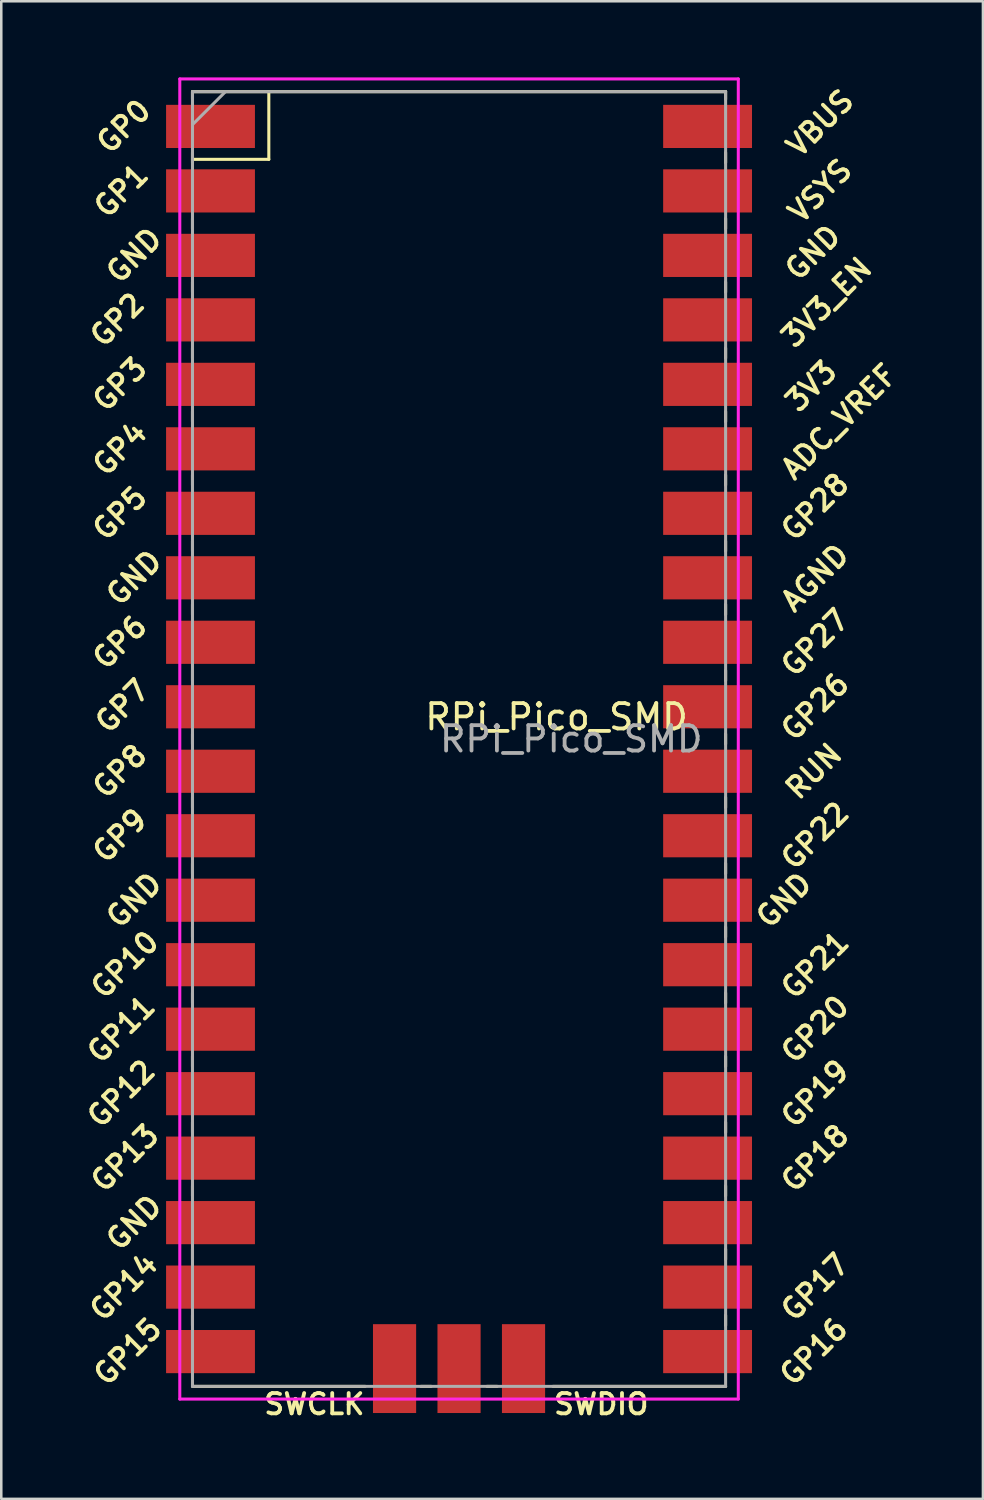
<source format=kicad_pcb>
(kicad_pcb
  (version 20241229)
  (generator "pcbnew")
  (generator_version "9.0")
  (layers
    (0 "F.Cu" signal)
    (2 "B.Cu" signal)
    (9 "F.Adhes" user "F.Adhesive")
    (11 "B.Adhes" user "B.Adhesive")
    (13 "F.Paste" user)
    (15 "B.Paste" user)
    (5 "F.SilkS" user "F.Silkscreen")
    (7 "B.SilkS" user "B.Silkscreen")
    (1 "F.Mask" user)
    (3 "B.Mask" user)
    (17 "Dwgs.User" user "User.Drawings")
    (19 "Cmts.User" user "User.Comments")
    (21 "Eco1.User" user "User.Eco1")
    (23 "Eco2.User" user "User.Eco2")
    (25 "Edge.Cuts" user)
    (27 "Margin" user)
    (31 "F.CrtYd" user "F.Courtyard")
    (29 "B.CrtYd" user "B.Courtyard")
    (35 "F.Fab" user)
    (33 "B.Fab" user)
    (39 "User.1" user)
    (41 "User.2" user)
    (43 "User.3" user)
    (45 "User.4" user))
  (footprint "RPi_Pico_SMD"
    (layer "F.Cu")
    (at 15.282 26.06)
    (property "Reference" "RPi_Pico_SMD" (at 3.59 -0.87 180) (layer "F.SilkS") (effects (font (size 1 1) (thickness 0.15))))
    (attr smd)
    (fp_line (start -10.75 -25.5) (end -10.75 -25.2) (stroke (width 0.12) (type solid)) (layer "F.SilkS"))
    (fp_line (start -10.75 -25.5) (end 10.25 -25.5) (stroke (width 0.12) (type solid)) (layer "F.SilkS"))
    (fp_line (start -10.75 -23.1) (end -10.75 -22.7) (stroke (width 0.12) (type solid)) (layer "F.SilkS"))
    (fp_line (start -10.75 -22.833) (end -7.743 -22.833) (stroke (width 0.12) (type solid)) (layer "F.SilkS"))
    (fp_line (start -10.75 -20.5) (end -10.75 -20.1) (stroke (width 0.12) (type solid)) (layer "F.SilkS"))
    (fp_line (start -10.75 -18) (end -10.75 -17.6) (stroke (width 0.12) (type solid)) (layer "F.SilkS"))
    (fp_line (start -10.75 -15.4) (end -10.75 -15) (stroke (width 0.12) (type solid)) (layer "F.SilkS"))
    (fp_line (start -10.75 -12.9) (end -10.75 -12.5) (stroke (width 0.12) (type solid)) (layer "F.SilkS"))
    (fp_line (start -10.75 -10.4) (end -10.75 -10) (stroke (width 0.12) (type solid)) (layer "F.SilkS"))
    (fp_line (start -10.75 -7.8) (end -10.75 -7.4) (stroke (width 0.12) (type solid)) (layer "F.SilkS"))
    (fp_line (start -10.75 -5.3) (end -10.75 -4.9) (stroke (width 0.12) (type solid)) (layer "F.SilkS"))
    (fp_line (start -10.75 -2.7) (end -10.75 -2.3) (stroke (width 0.12) (type solid)) (layer "F.SilkS"))
    (fp_line (start -10.75 -0.2) (end -10.75 0.2) (stroke (width 0.12) (type solid)) (layer "F.SilkS"))
    (fp_line (start -10.75 2.3) (end -10.75 2.7) (stroke (width 0.12) (type solid)) (layer "F.SilkS"))
    (fp_line (start -10.75 4.9) (end -10.75 5.3) (stroke (width 0.12) (type solid)) (layer "F.SilkS"))
    (fp_line (start -10.75 7.4) (end -10.75 7.8) (stroke (width 0.12) (type solid)) (layer "F.SilkS"))
    (fp_line (start -10.75 10) (end -10.75 10.4) (stroke (width 0.12) (type solid)) (layer "F.SilkS"))
    (fp_line (start -10.75 12.5) (end -10.75 12.9) (stroke (width 0.12) (type solid)) (layer "F.SilkS"))
    (fp_line (start -10.75 15.1) (end -10.75 15.5) (stroke (width 0.12) (type solid)) (layer "F.SilkS"))
    (fp_line (start -10.75 17.6) (end -10.75 18) (stroke (width 0.12) (type solid)) (layer "F.SilkS"))
    (fp_line (start -10.75 20.1) (end -10.75 20.5) (stroke (width 0.12) (type solid)) (layer "F.SilkS"))
    (fp_line (start -10.75 22.7) (end -10.75 23.1) (stroke (width 0.12) (type solid)) (layer "F.SilkS"))
    (fp_line (start -7.743 -22.833) (end -7.743 -25.5) (stroke (width 0.12) (type solid)) (layer "F.SilkS"))
    (fp_line (start -3.95 25.5) (end -10.75 25.5) (stroke (width 0.12) (type solid)) (layer "F.SilkS"))
    (fp_line (start -1.75 25.5) (end -1.35 25.5) (stroke (width 0.12) (type solid)) (layer "F.SilkS"))
    (fp_line (start 0.85 25.5) (end 1.25 25.5) (stroke (width 0.12) (type solid)) (layer "F.SilkS"))
    (fp_line (start 10.25 -25.5) (end 10.25 -25.2) (stroke (width 0.12) (type solid)) (layer "F.SilkS"))
    (fp_line (start 10.25 -23.1) (end 10.25 -22.7) (stroke (width 0.12) (type solid)) (layer "F.SilkS"))
    (fp_line (start 10.25 -20.5) (end 10.25 -20.1) (stroke (width 0.12) (type solid)) (layer "F.SilkS"))
    (fp_line (start 10.25 -18) (end 10.25 -17.6) (stroke (width 0.12) (type solid)) (layer "F.SilkS"))
    (fp_line (start 10.25 -15.4) (end 10.25 -15) (stroke (width 0.12) (type solid)) (layer "F.SilkS"))
    (fp_line (start 10.25 -12.9) (end 10.25 -12.5) (stroke (width 0.12) (type solid)) (layer "F.SilkS"))
    (fp_line (start 10.25 -10.4) (end 10.25 -10) (stroke (width 0.12) (type solid)) (layer "F.SilkS"))
    (fp_line (start 10.25 -7.8) (end 10.25 -7.4) (stroke (width 0.12) (type solid)) (layer "F.SilkS"))
    (fp_line (start 10.25 -5.3) (end 10.25 -4.9) (stroke (width 0.12) (type solid)) (layer "F.SilkS"))
    (fp_line (start 10.25 -2.7) (end 10.25 -2.3) (stroke (width 0.12) (type solid)) (layer "F.SilkS"))
    (fp_line (start 10.25 -0.2) (end 10.25 0.2) (stroke (width 0.12) (type solid)) (layer "F.SilkS"))
    (fp_line (start 10.25 2.3) (end 10.25 2.7) (stroke (width 0.12) (type solid)) (layer "F.SilkS"))
    (fp_line (start 10.25 4.9) (end 10.25 5.3) (stroke (width 0.12) (type solid)) (layer "F.SilkS"))
    (fp_line (start 10.25 7.4) (end 10.25 7.8) (stroke (width 0.12) (type solid)) (layer "F.SilkS"))
    (fp_line (start 10.25 10) (end 10.25 10.4) (stroke (width 0.12) (type solid)) (layer "F.SilkS"))
    (fp_line (start 10.25 12.5) (end 10.25 12.9) (stroke (width 0.12) (type solid)) (layer "F.SilkS"))
    (fp_line (start 10.25 15.1) (end 10.25 15.5) (stroke (width 0.12) (type solid)) (layer "F.SilkS"))
    (fp_line (start 10.25 17.6) (end 10.25 18) (stroke (width 0.12) (type solid)) (layer "F.SilkS"))
    (fp_line (start 10.25 20.1) (end 10.25 20.5) (stroke (width 0.12) (type solid)) (layer "F.SilkS"))
    (fp_line (start 10.25 22.7) (end 10.25 23.1) (stroke (width 0.12) (type solid)) (layer "F.SilkS"))
    (fp_line (start 10.25 25.5) (end 3.45 25.5) (stroke (width 0.12) (type solid)) (layer "F.SilkS"))
    (fp_line (start -11.25 -26) (end 10.75 -26) (stroke (width 0.12) (type solid)) (layer "F.CrtYd"))
    (fp_line (start -11.25 26) (end -11.25 -26) (stroke (width 0.12) (type solid)) (layer "F.CrtYd"))
    (fp_line (start 10.75 -26) (end 10.75 26) (stroke (width 0.12) (type solid)) (layer "F.CrtYd"))
    (fp_line (start 10.75 26) (end -11.25 26) (stroke (width 0.12) (type solid)) (layer "F.CrtYd"))
    (fp_line (start -10.75 -25.5) (end 10.25 -25.5) (stroke (width 0.12) (type solid)) (layer "F.Fab"))
    (fp_line (start -10.75 -24.2) (end -9.45 -25.5) (stroke (width 0.12) (type solid)) (layer "F.Fab"))
    (fp_line (start -10.75 25.5) (end -10.75 -25.5) (stroke (width 0.12) (type solid)) (layer "F.Fab"))
    (fp_line (start 10.25 -25.5) (end 10.25 25.5) (stroke (width 0.12) (type solid)) (layer "F.Fab"))
    (fp_line (start 10.25 25.5) (end -10.75 25.5) (stroke (width 0.12) (type solid)) (layer "F.Fab"))
    (fp_text user "GP18" (at 13.774 16.51 225) (layer "F.SilkS") (effects (font (size 0.8 0.8) (thickness 0.15))))
    (fp_text user "GP11" (at -13.558 11.43 225) (layer "F.SilkS") (effects (font (size 0.8 0.8) (thickness 0.15))))
    (fp_text user "GP21" (at 13.774 8.9 225) (layer "F.SilkS") (effects (font (size 0.8 0.8) (thickness 0.15))))
    (fp_text user "GND" (at 13.69 -19.162 225) (layer "F.SilkS") (effects (font (size 0.8 0.8) (thickness 0.15))))
    (fp_text user "GND" (at -13.05 -19.05 225) (layer "F.SilkS") (effects (font (size 0.8 0.8) (thickness 0.15))))
    (fp_text user "GP3" (at -13.612 -13.97 225) (layer "F.SilkS") (effects (font (size 0.8 0.8) (thickness 0.15))))
    (fp_text user "GP5" (at -13.612 -8.89 225) (layer "F.SilkS") (effects (font (size 0.8 0.8) (thickness 0.15))))
    (fp_text user "GP7" (at -13.512 -1.3 225) (layer "F.SilkS") (effects (font (size 0.8 0.8) (thickness 0.15))))
    (fp_text user "GP16" (at 13.72 24.13 225) (layer "F.SilkS") (effects (font (size 0.8 0.8) (thickness 0.15))))
    (fp_text user "VSYS" (at 13.974 -21.59 225) (layer "F.SilkS") (effects (font (size 0.8 0.8) (thickness 0.15))))
    (fp_text user "SWDIO" (at 5.35 26.2 180) (layer "F.SilkS") (effects (font (size 0.8 0.8) (thickness 0.15))))
    (fp_text user "AGND" (at 13.774 -6.35 225) (layer "F.SilkS") (effects (font (size 0.8 0.8) (thickness 0.15))))
    (fp_text user "GND" (at -13.05 6.35 225) (layer "F.SilkS") (effects (font (size 0.8 0.8) (thickness 0.15))))
    (fp_text user "GP26" (at 13.774 -1.27 225) (layer "F.SilkS") (effects (font (size 0.8 0.8) (thickness 0.15))))
    (fp_text user "GP10" (at -13.412 8.89 225) (layer "F.SilkS") (effects (font (size 0.8 0.8) (thickness 0.15))))
    (fp_text user "GP4" (at -13.612 -11.43 225) (layer "F.SilkS") (effects (font (size 0.8 0.8) (thickness 0.15))))
    (fp_text user "ADC_VREF" (at 14.72 -12.5 225) (layer "F.SilkS") (effects (font (size 0.8 0.8) (thickness 0.15))))
    (fp_text user "GP22" (at 13.774 3.81 225) (layer "F.SilkS") (effects (font (size 0.8 0.8) (thickness 0.15))))
    (fp_text user "GP19" (at 13.774 13.97 225) (layer "F.SilkS") (effects (font (size 0.8 0.8) (thickness 0.15))))
    (fp_text user "SWCLK" (at -5.95 26.2 180) (layer "F.SilkS") (effects (font (size 0.8 0.8) (thickness 0.15))))
    (fp_text user "GND" (at -13.05 19.05 225) (layer "F.SilkS") (effects (font (size 0.8 0.8) (thickness 0.15))))
    (fp_text user "GP15" (at -13.304 24.13 225) (layer "F.SilkS") (effects (font (size 0.8 0.8) (thickness 0.15))))
    (fp_text user "GP2" (at -13.712 -16.51 225) (layer "F.SilkS") (effects (font (size 0.8 0.8) (thickness 0.15))))
    (fp_text user "GP0" (at -13.458 -24.13 225) (layer "F.SilkS") (effects (font (size 0.8 0.8) (thickness 0.15))))
    (fp_text user "GND" (at 12.55 6.35 225) (layer "F.SilkS") (effects (font (size 0.8 0.8) (thickness 0.15))))
    (fp_text user "RUN" (at 13.72 1.27 225) (layer "F.SilkS") (effects (font (size 0.8 0.8) (thickness 0.15))))
    (fp_text user "VBUS" (at 13.974 -24.257 225) (layer "F.SilkS") (effects (font (size 0.8 0.8) (thickness 0.15))))
    (fp_text user "GP8" (at -13.612 1.27 225) (layer "F.SilkS") (effects (font (size 0.8 0.8) (thickness 0.15))))
    (fp_text user "GP6" (at -13.612 -3.81 225) (layer "F.SilkS") (effects (font (size 0.8 0.8) (thickness 0.15))))
    (fp_text user "GP28" (at 13.774 -9.144 225) (layer "F.SilkS") (effects (font (size 0.8 0.8) (thickness 0.15))))
    (fp_text user "GP27" (at 13.774 -3.8 225) (layer "F.SilkS") (effects (font (size 0.8 0.8) (thickness 0.15))))
    (fp_text user "GP17" (at 13.774 21.59 225) (layer "F.SilkS") (effects (font (size 0.8 0.8) (thickness 0.15))))
    (fp_text user "GP1" (at -13.558 -21.6 225) (layer "F.SilkS") (effects (font (size 0.8 0.8) (thickness 0.15))))
    (fp_text user "GP20" (at 13.774 11.43 225) (layer "F.SilkS") (effects (font (size 0.8 0.8) (thickness 0.15))))
    (fp_text user "3V3_EN" (at 14.228 -17.2 225) (layer "F.SilkS") (effects (font (size 0.8 0.8) (thickness 0.15))))
    (fp_text user "GP13" (at -13.412 16.51 225) (layer "F.SilkS") (effects (font (size 0.8 0.8) (thickness 0.15))))
    (fp_text user "GP14" (at -13.458 21.59 225) (layer "F.SilkS") (effects (font (size 0.8 0.8) (thickness 0.15))))
    (fp_text user "GND" (at -13.05 -6.35 225) (layer "F.SilkS") (effects (font (size 0.8 0.8) (thickness 0.15))))
    (fp_text user "3V3" (at 13.62 -13.9 225) (layer "F.SilkS") (effects (font (size 0.8 0.8) (thickness 0.15))))
    (fp_text user "GP12" (at -13.558 13.97 225) (layer "F.SilkS") (effects (font (size 0.8 0.8) (thickness 0.15))))
    (fp_text user "GP9" (at -13.612 3.81 225) (layer "F.SilkS") (effects (font (size 0.8 0.8) (thickness 0.15))))
    (fp_text user "${REFERENCE}" (at 4.17 0 180) (layer "F.Fab") (effects (font (size 1 1) (thickness 0.15))))
    (pad "1" smd rect (at -9.14 -24.13) (size 3.5 1.7) (drill (offset -0.9 0)) (layers "F.Cu" "F.Mask"))
    (pad "2" smd rect (at -9.14 -21.59) (size 3.5 1.7) (drill (offset -0.9 0)) (layers "F.Cu" "F.Mask"))
    (pad "3" smd rect (at -9.14 -19.05) (size 3.5 1.7) (drill (offset -0.9 0)) (layers "F.Cu" "F.Mask"))
    (pad "4" smd rect (at -9.14 -16.51) (size 3.5 1.7) (drill (offset -0.9 0)) (layers "F.Cu" "F.Mask"))
    (pad "5" smd rect (at -9.14 -13.97) (size 3.5 1.7) (drill (offset -0.9 0)) (layers "F.Cu" "F.Mask"))
    (pad "6" smd rect (at -9.14 -11.43) (size 3.5 1.7) (drill (offset -0.9 0)) (layers "F.Cu" "F.Mask"))
    (pad "7" smd rect (at -9.14 -8.89) (size 3.5 1.7) (drill (offset -0.9 0)) (layers "F.Cu" "F.Mask"))
    (pad "8" smd rect (at -9.14 -6.35) (size 3.5 1.7) (drill (offset -0.9 0)) (layers "F.Cu" "F.Mask"))
    (pad "9" smd rect (at -9.14 -3.81) (size 3.5 1.7) (drill (offset -0.9 0)) (layers "F.Cu" "F.Mask"))
    (pad "10" smd rect (at -9.14 -1.27) (size 3.5 1.7) (drill (offset -0.9 0)) (layers "F.Cu" "F.Mask"))
    (pad "11" smd rect (at -9.14 1.27) (size 3.5 1.7) (drill (offset -0.9 0)) (layers "F.Cu" "F.Mask"))
    (pad "12" smd rect (at -9.14 3.81) (size 3.5 1.7) (drill (offset -0.9 0)) (layers "F.Cu" "F.Mask"))
    (pad "13" smd rect (at -9.14 6.35) (size 3.5 1.7) (drill (offset -0.9 0)) (layers "F.Cu" "F.Mask"))
    (pad "14" smd rect (at -9.14 8.89) (size 3.5 1.7) (drill (offset -0.9 0)) (layers "F.Cu" "F.Mask"))
    (pad "15" smd rect (at -9.14 11.43) (size 3.5 1.7) (drill (offset -0.9 0)) (layers "F.Cu" "F.Mask"))
    (pad "16" smd rect (at -9.14 13.97) (size 3.5 1.7) (drill (offset -0.9 0)) (layers "F.Cu" "F.Mask"))
    (pad "17" smd rect (at -9.14 16.51) (size 3.5 1.7) (drill (offset -0.9 0)) (layers "F.Cu" "F.Mask"))
    (pad "18" smd rect (at -9.14 19.05) (size 3.5 1.7) (drill (offset -0.9 0)) (layers "F.Cu" "F.Mask"))
    (pad "19" smd rect (at -9.14 21.59) (size 3.5 1.7) (drill (offset -0.9 0)) (layers "F.Cu" "F.Mask"))
    (pad "20" smd rect (at -9.14 24.13) (size 3.5 1.7) (drill (offset -0.9 0)) (layers "F.Cu" "F.Mask"))
    (pad "21" smd rect (at 8.64 24.13) (size 3.5 1.7) (drill (offset 0.9 0)) (layers "F.Cu" "F.Mask"))
    (pad "22" smd rect (at 8.64 21.59) (size 3.5 1.7) (drill (offset 0.9 0)) (layers "F.Cu" "F.Mask"))
    (pad "23" smd rect (at 8.64 19.05) (size 3.5 1.7) (drill (offset 0.9 0)) (layers "F.Cu" "F.Mask"))
    (pad "24" smd rect (at 8.64 16.51) (size 3.5 1.7) (drill (offset 0.9 0)) (layers "F.Cu" "F.Mask"))
    (pad "25" smd rect (at 8.64 13.97) (size 3.5 1.7) (drill (offset 0.9 0)) (layers "F.Cu" "F.Mask"))
    (pad "26" smd rect (at 8.64 11.43) (size 3.5 1.7) (drill (offset 0.9 0)) (layers "F.Cu" "F.Mask"))
    (pad "27" smd rect (at 8.64 8.89) (size 3.5 1.7) (drill (offset 0.9 0)) (layers "F.Cu" "F.Mask"))
    (pad "28" smd rect (at 8.64 6.35) (size 3.5 1.7) (drill (offset 0.9 0)) (layers "F.Cu" "F.Mask"))
    (pad "29" smd rect (at 8.64 3.81) (size 3.5 1.7) (drill (offset 0.9 0)) (layers "F.Cu" "F.Mask"))
    (pad "30" smd rect (at 8.64 1.27) (size 3.5 1.7) (drill (offset 0.9 0)) (layers "F.Cu" "F.Mask"))
    (pad "31" smd rect (at 8.64 -1.27) (size 3.5 1.7) (drill (offset 0.9 0)) (layers "F.Cu" "F.Mask"))
    (pad "32" smd rect (at 8.64 -3.81) (size 3.5 1.7) (drill (offset 0.9 0)) (layers "F.Cu" "F.Mask"))
    (pad "33" smd rect (at 8.64 -6.35) (size 3.5 1.7) (drill (offset 0.9 0)) (layers "F.Cu" "F.Mask"))
    (pad "34" smd rect (at 8.64 -8.89) (size 3.5 1.7) (drill (offset 0.9 0)) (layers "F.Cu" "F.Mask"))
    (pad "35" smd rect (at 8.64 -11.43) (size 3.5 1.7) (drill (offset 0.9 0)) (layers "F.Cu" "F.Mask"))
    (pad "36" smd rect (at 8.64 -13.97) (size 3.5 1.7) (drill (offset 0.9 0)) (layers "F.Cu" "F.Mask"))
    (pad "37" smd rect (at 8.64 -16.51) (size 3.5 1.7) (drill (offset 0.9 0)) (layers "F.Cu" "F.Mask"))
    (pad "38" smd rect (at 8.64 -19.05) (size 3.5 1.7) (drill (offset 0.9 0)) (layers "F.Cu" "F.Mask"))
    (pad "39" smd rect (at 8.64 -21.59) (size 3.5 1.7) (drill (offset 0.9 0)) (layers "F.Cu" "F.Mask"))
    (pad "40" smd rect (at 8.64 -24.13) (size 3.5 1.7) (drill (offset 0.9 0)) (layers "F.Cu" "F.Mask"))
    (pad "41" smd rect (at -2.79 23.9 90) (size 3.5 1.7) (drill (offset -0.9 0)) (layers "F.Cu" "F.Mask"))
    (pad "42" smd rect (at -0.25 23.9 90) (size 3.5 1.7) (drill (offset -0.9 0)) (layers "F.Cu" "F.Mask"))
    (pad "43" smd rect (at 2.29 23.9 90) (size 3.5 1.7) (drill (offset -0.9 0)) (layers "F.Cu" "F.Mask"))
    (zone (net_name "") (layer "F.Cu") (hatch edge 0.5) (connect_pads) (min_thickness 0.25) (filled_areas_thickness no) (keepout (tracks not_allowed) (vias not_allowed) (pads not_allowed) (copperpour not_allowed) (footprints allowed)) (placement (enabled no)) (fill) (polygon (pts (xy 11.482 10.01) (xy 13.582 10.01) (xy 13.582 12.11) (xy 11.482 12.11))))
    (zone (net_name "") (layer "F.Cu") (hatch edge 0.5) (connect_pads) (min_thickness 0.25) (filled_areas_thickness no) (keepout (tracks not_allowed) (vias not_allowed) (pads not_allowed) (copperpour not_allowed) (footprints allowed)) (placement (enabled no)) (fill) (polygon (pts (xy 11.482 12.51) (xy 13.582 12.51) (xy 13.582 14.61) (xy 11.482 14.61))))
    (zone (net_name "") (layer "F.Cu") (hatch edge 0.5) (connect_pads) (min_thickness 0.25) (filled_areas_thickness no) (keepout (tracks not_allowed) (vias not_allowed) (pads not_allowed) (copperpour not_allowed) (footprints allowed)) (placement (enabled no)) (fill) (polygon (pts (xy 13.582 7.51) (xy 13.582 9.61) (xy 11.482 9.61) (xy 11.482 7.51))))
    (zone (net_name "") (layer "F.Cu") (hatch edge 0.5) (connect_pads) (min_thickness 0.25) (filled_areas_thickness no) (keepout (tracks not_allowed) (vias not_allowed) (pads not_allowed) (copperpour not_allowed) (footprints allowed)) (placement (enabled no)) (fill) (polygon (pts (xy 18.782 1.11) (xy 18.782 5.91) (xy 11.282 5.91) (xy 11.282 1.11)))))
  (gr_rect
    (start -3 -3)
    (end 35.669 55.991)
    (stroke (width 0.1) (type default))
    (fill no)
    (layer "Edge.Cuts")))
</source>
